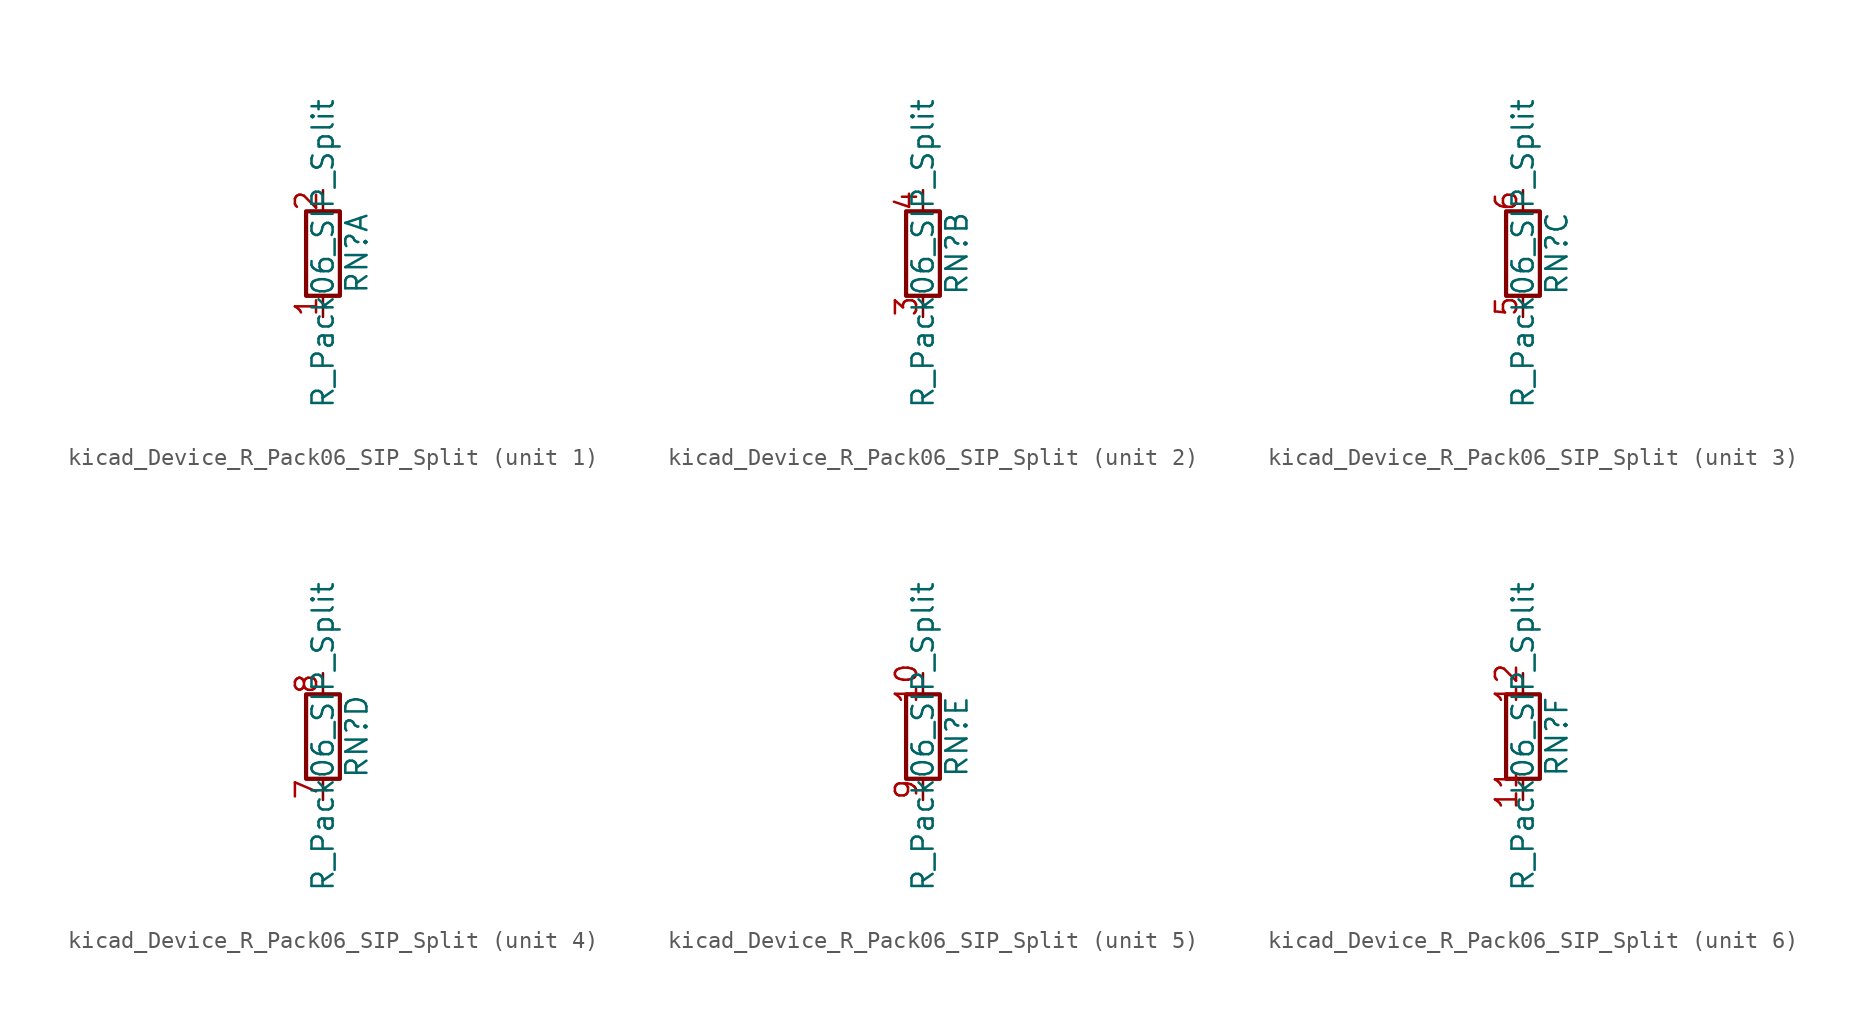
<source format=kicad_sym>
(kicad_symbol_lib
  (version 20220914)
  (generator kicad_symbol_editor)
  (symbol "kicad_Device_R_Pack06_SIP_Split"
    (pin_names
      (offset 0) hide)
    (property "Reference" "RN"
      (at 2.032 0 90)
      (effects (font (size 1.27 1.27))))
    (property "Value" "R_Pack06_SIP_Split"
      (at 0 0 90)
      (effects (font (size 1.27 1.27))))
    (symbol "kicad_Device_R_Pack06_SIP_Split_0_1"
      (rectangle (start 1.016 2.54) (end -1.016 -2.54) (stroke (width 0.254) (type default)) (fill (type none))))
    (symbol "kicad_Device_R_Pack06_SIP_Split_1_1"
      (pin passive line (at 0 -3.81 90) (length 1.27) (name "R1.1" (effects (font (size 1.27 1.27)))) (number "1" (effects (font (size 1.27 1.27)))))
      (pin passive line (at 0 3.81 270) (length 1.27) (name "R1.2" (effects (font (size 1.27 1.27)))) (number "2" (effects (font (size 1.27 1.27))))))
    (symbol "kicad_Device_R_Pack06_SIP_Split_2_1"
      (pin passive line (at 0 -3.81 90) (length 1.27) (name "R2.1" (effects (font (size 1.27 1.27)))) (number "3" (effects (font (size 1.27 1.27)))))
      (pin passive line (at 0 3.81 270) (length 1.27) (name "R2.2" (effects (font (size 1.27 1.27)))) (number "4" (effects (font (size 1.27 1.27))))))
    (symbol "kicad_Device_R_Pack06_SIP_Split_3_1"
      (pin passive line (at 0 -3.81 90) (length 1.27) (name "R3.1" (effects (font (size 1.27 1.27)))) (number "5" (effects (font (size 1.27 1.27)))))
      (pin passive line (at 0 3.81 270) (length 1.27) (name "R3.2" (effects (font (size 1.27 1.27)))) (number "6" (effects (font (size 1.27 1.27))))))
    (symbol "kicad_Device_R_Pack06_SIP_Split_4_1"
      (pin passive line (at 0 -3.81 90) (length 1.27) (name "R4.1" (effects (font (size 1.27 1.27)))) (number "7" (effects (font (size 1.27 1.27)))))
      (pin passive line (at 0 3.81 270) (length 1.27) (name "R4.2" (effects (font (size 1.27 1.27)))) (number "8" (effects (font (size 1.27 1.27))))))
    (symbol "kicad_Device_R_Pack06_SIP_Split_5_1"
      (pin passive line (at 0 3.81 270) (length 1.27) (name "R5.2" (effects (font (size 1.27 1.27)))) (number "10" (effects (font (size 1.27 1.27)))))
      (pin passive line (at 0 -3.81 90) (length 1.27) (name "R5.1" (effects (font (size 1.27 1.27)))) (number "9" (effects (font (size 1.27 1.27))))))
    (symbol "kicad_Device_R_Pack06_SIP_Split_6_1"
      (pin passive line (at 0 -3.81 90) (length 1.27) (name "R6.1" (effects (font (size 1.27 1.27)))) (number "11" (effects (font (size 1.27 1.27)))))
      (pin passive line (at 0 3.81 270) (length 1.27) (name "R6.2" (effects (font (size 1.27 1.27)))) (number "12" (effects (font (size 1.27 1.27))))))))
</source>
